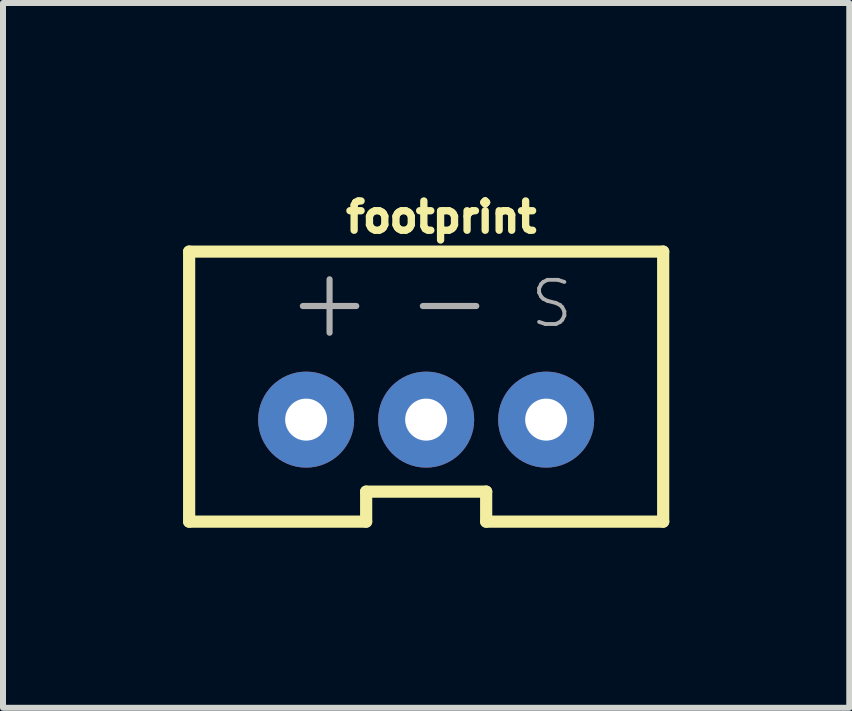
<source format=kicad_pcb>
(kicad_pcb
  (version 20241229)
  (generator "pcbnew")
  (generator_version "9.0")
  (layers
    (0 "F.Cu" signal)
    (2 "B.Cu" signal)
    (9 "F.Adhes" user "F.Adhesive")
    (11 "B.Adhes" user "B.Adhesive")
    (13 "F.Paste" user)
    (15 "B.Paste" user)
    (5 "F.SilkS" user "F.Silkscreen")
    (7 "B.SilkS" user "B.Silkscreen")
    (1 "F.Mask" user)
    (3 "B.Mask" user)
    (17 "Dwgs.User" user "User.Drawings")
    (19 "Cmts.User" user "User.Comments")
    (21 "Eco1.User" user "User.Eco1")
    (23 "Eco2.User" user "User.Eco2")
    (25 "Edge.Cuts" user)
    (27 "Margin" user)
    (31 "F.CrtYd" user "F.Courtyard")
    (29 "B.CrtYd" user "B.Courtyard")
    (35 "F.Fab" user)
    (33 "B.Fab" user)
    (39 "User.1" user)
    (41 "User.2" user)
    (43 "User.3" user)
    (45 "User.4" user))
  (footprint "footprint"
    (layer "F.Cu")
    (at 4.052 3.393)
    (property "Reference" "footprint" (at -1.397 -2.54 0) (layer "F.SilkS") (effects (font (size 0.488 0.488) (thickness 0.122)) (justify left bottom)))
    (fp_line (start -3.95 -2.25) (end 3.95 -2.25) (stroke (width 0.203) (type solid)) (layer "F.SilkS"))
    (fp_line (start -3.95 2.25) (end -3.95 -2.25) (stroke (width 0.203) (type solid)) (layer "F.SilkS"))
    (fp_line (start -1 1.75) (end -1 2.25) (stroke (width 0.203) (type solid)) (layer "F.SilkS"))
    (fp_line (start -1 1.75) (end 1 1.75) (stroke (width 0.203) (type solid)) (layer "F.SilkS"))
    (fp_line (start -1 2.25) (end -3.95 2.25) (stroke (width 0.203) (type solid)) (layer "F.SilkS"))
    (fp_line (start 1 1.75) (end 1 2.25) (stroke (width 0.203) (type solid)) (layer "F.SilkS"))
    (fp_line (start 3.95 -2.25) (end 3.95 2.25) (stroke (width 0.203) (type solid)) (layer "F.SilkS"))
    (fp_line (start 3.95 2.25) (end 1 2.25) (stroke (width 0.203) (type solid)) (layer "F.SilkS"))
    (fp_text user "S" (at 1.7 -0.95 0) (layer "F.Fab") (effects (font (size 0.736 0.736) (thickness 0.064)) (justify left bottom)))
    (fp_text user "-" (at -0.4 -0.75 0) (layer "F.Fab") (effects (font (size 1.168 1.168) (thickness 0.102)) (justify left bottom)))
    (fp_text user "+" (at -2.4 -0.75 0) (layer "F.Fab") (effects (font (size 1.168 1.168) (thickness 0.102)) (justify left bottom)))
    (pad "1" thru_hole circle (at -2 0.55) (size 1.6 1.6) (drill 0.7) (layers "*.Cu" "*.Mask"))
    (pad "2" thru_hole circle (at 0 0.55) (size 1.6 1.6) (drill 0.7) (layers "*.Cu" "*.Mask"))
    (pad "3" thru_hole circle (at 2 0.55) (size 1.6 1.6) (drill 0.7) (layers "*.Cu" "*.Mask")))
  (gr_rect
    (start -3 -3)
    (end 11.103 8.745)
    (stroke (width 0.1) (type default))
    (fill no)
    (layer "Edge.Cuts")))
</source>
